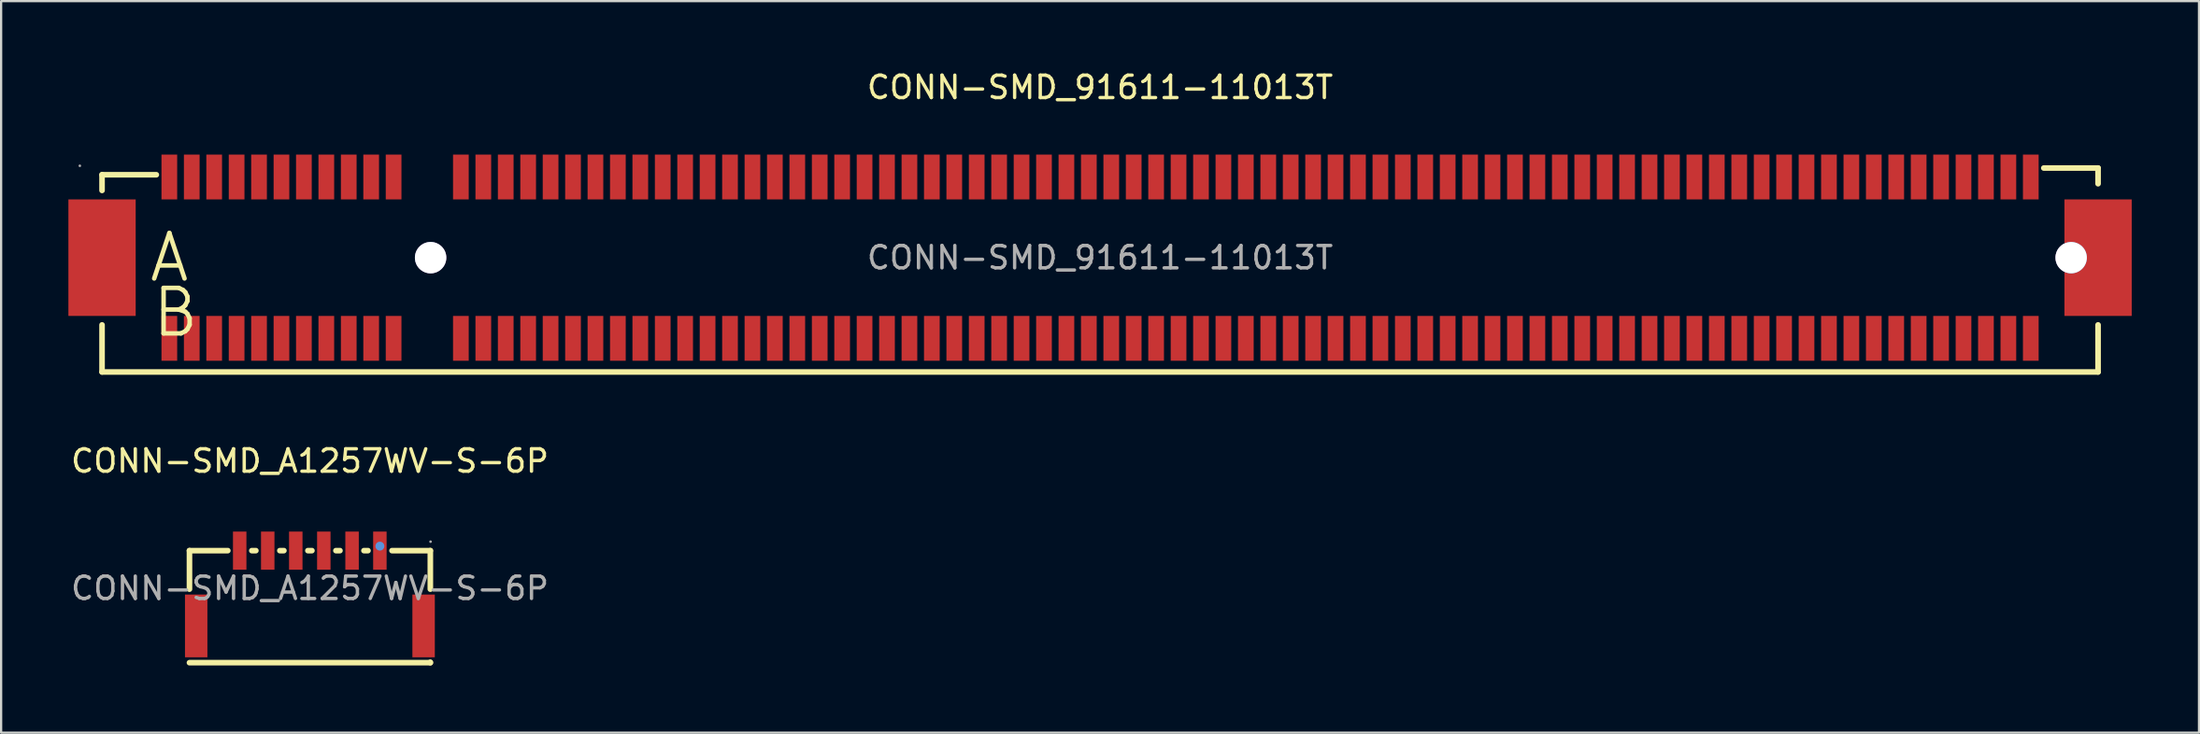
<source format=kicad_pcb>
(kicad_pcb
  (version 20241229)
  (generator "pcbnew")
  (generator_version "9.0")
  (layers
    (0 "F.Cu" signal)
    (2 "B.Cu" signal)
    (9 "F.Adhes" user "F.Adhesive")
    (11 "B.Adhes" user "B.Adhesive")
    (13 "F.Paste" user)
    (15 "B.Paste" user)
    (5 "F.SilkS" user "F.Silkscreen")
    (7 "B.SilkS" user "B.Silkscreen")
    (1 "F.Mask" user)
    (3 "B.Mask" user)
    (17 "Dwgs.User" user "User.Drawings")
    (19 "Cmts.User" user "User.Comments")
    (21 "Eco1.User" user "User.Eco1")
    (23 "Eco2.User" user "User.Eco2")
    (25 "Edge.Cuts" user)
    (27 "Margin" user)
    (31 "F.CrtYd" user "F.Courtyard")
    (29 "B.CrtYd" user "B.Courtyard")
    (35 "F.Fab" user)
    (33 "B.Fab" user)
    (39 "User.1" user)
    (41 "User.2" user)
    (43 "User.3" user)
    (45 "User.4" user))
  (footprint "CONN-SMD_91611-11013T"
    (layer "F.Cu")
    (at 46 8.448)
    (property "Reference" "CONN-SMD_91611-11013T" (at 0 -7.6 0) (layer "F.SilkS") (effects (font (size 1 1) (thickness 0.15))))
    (attr smd)
    (fp_line (start -44.5 -3.7) (end -44.5 -3) (stroke (width 0.25) (type solid)) (layer "F.SilkS"))
    (fp_line (start -44.5 -3.7) (end -42.08 -3.7) (stroke (width 0.25) (type solid)) (layer "F.SilkS"))
    (fp_line (start -44.5 5.1) (end -44.5 3) (stroke (width 0.25) (type solid)) (layer "F.SilkS"))
    (fp_line (start -44.5 5.1) (end 44.5 5.1) (stroke (width 0.25) (type solid)) (layer "F.SilkS"))
    (fp_line (start 42.08 -4) (end 44.5 -4) (stroke (width 0.25) (type solid)) (layer "F.SilkS"))
    (fp_line (start 44.5 -4) (end 44.5 -3.3) (stroke (width 0.25) (type solid)) (layer "F.SilkS"))
    (fp_line (start 44.5 5.1) (end 44.5 3) (stroke (width 0.25) (type solid)) (layer "F.SilkS"))
    (fp_circle (center -29.85 0) (end -29.58 0) (stroke (width 0.54) (type solid)) (fill no) (layer "Cmts.User"))
    (fp_circle (center 43.3 0) (end 43.55 0) (stroke (width 0.5) (type solid)) (fill no) (layer "Cmts.User"))
    (fp_circle (center -45.49 -4.1) (end -45.46 -4.1) (stroke (width 0.06) (type solid)) (fill no) (layer "F.Fab"))
    (fp_text user "A" (at -42.5 0 0) (layer "F.SilkS") (effects (font (size 2.03 2.03) (thickness 0.2)) (justify left)))
    (fp_text user "B" (at -42.37 2.45 0) (layer "F.SilkS") (effects (font (size 2.03 2.03) (thickness 0.2)) (justify left)))
    (fp_text user "${REFERENCE}" (at 0 0 0) (layer "F.Fab") (effects (font (size 1 1) (thickness 0.15))))
    (pad "" thru_hole circle (at -29.85 0) (size 1.4 1.4) (drill 1.4) (layers "*.Cu" "*.Mask"))
    (pad "" thru_hole circle (at 43.3 0) (size 1.4 1.4) (drill 1.4) (layers "*.Cu" "*.Mask"))
    (pad "1" smd rect (at -44.5 0) (size 3 5.2) (layers "F.Cu" "F.Mask" "F.Paste"))
    (pad "2" smd rect (at 44.5 0) (size 3 5.2) (layers "F.Cu" "F.Mask" "F.Paste"))
    (pad "A1" smd rect (at -41.5 -3.6) (size 0.7 2) (layers "F.Cu" "F.Mask" "F.Paste"))
    (pad "A2" smd rect (at -40.5 -3.6) (size 0.7 2) (layers "F.Cu" "F.Mask" "F.Paste"))
    (pad "A3" smd rect (at -39.5 -3.6) (size 0.7 2) (layers "F.Cu" "F.Mask" "F.Paste"))
    (pad "A4" smd rect (at -38.5 -3.6) (size 0.7 2) (layers "F.Cu" "F.Mask" "F.Paste"))
    (pad "A5" smd rect (at -37.5 -3.6) (size 0.7 2) (layers "F.Cu" "F.Mask" "F.Paste"))
    (pad "A6" smd rect (at -36.5 -3.6) (size 0.7 2) (layers "F.Cu" "F.Mask" "F.Paste"))
    (pad "A7" smd rect (at -35.5 -3.6) (size 0.7 2) (layers "F.Cu" "F.Mask" "F.Paste"))
    (pad "A8" smd rect (at -34.5 -3.6) (size 0.7 2) (layers "F.Cu" "F.Mask" "F.Paste"))
    (pad "A9" smd rect (at -33.5 -3.6) (size 0.7 2) (layers "F.Cu" "F.Mask" "F.Paste"))
    (pad "A10" smd rect (at -32.5 -3.6) (size 0.7 2) (layers "F.Cu" "F.Mask" "F.Paste"))
    (pad "A11" smd rect (at -31.5 -3.6) (size 0.7 2) (layers "F.Cu" "F.Mask" "F.Paste"))
    (pad "A12" smd rect (at -28.5 -3.6) (size 0.7 2) (layers "F.Cu" "F.Mask" "F.Paste"))
    (pad "A13" smd rect (at -27.5 -3.6) (size 0.7 2) (layers "F.Cu" "F.Mask" "F.Paste"))
    (pad "A14" smd rect (at -26.5 -3.6) (size 0.7 2) (layers "F.Cu" "F.Mask" "F.Paste"))
    (pad "A15" smd rect (at -25.5 -3.6) (size 0.7 2) (layers "F.Cu" "F.Mask" "F.Paste"))
    (pad "A16" smd rect (at -24.5 -3.6) (size 0.7 2) (layers "F.Cu" "F.Mask" "F.Paste"))
    (pad "A17" smd rect (at -23.5 -3.6) (size 0.7 2) (layers "F.Cu" "F.Mask" "F.Paste"))
    (pad "A18" smd rect (at -22.5 -3.6) (size 0.7 2) (layers "F.Cu" "F.Mask" "F.Paste"))
    (pad "A19" smd rect (at -21.5 -3.6) (size 0.7 2) (layers "F.Cu" "F.Mask" "F.Paste"))
    (pad "A20" smd rect (at -20.5 -3.6) (size 0.7 2) (layers "F.Cu" "F.Mask" "F.Paste"))
    (pad "A21" smd rect (at -19.5 -3.6) (size 0.7 2) (layers "F.Cu" "F.Mask" "F.Paste"))
    (pad "A22" smd rect (at -18.5 -3.6) (size 0.7 2) (layers "F.Cu" "F.Mask" "F.Paste"))
    (pad "A23" smd rect (at -17.5 -3.6) (size 0.7 2) (layers "F.Cu" "F.Mask" "F.Paste"))
    (pad "A24" smd rect (at -16.5 -3.6) (size 0.7 2) (layers "F.Cu" "F.Mask" "F.Paste"))
    (pad "A25" smd rect (at -15.5 -3.6) (size 0.7 2) (layers "F.Cu" "F.Mask" "F.Paste"))
    (pad "A26" smd rect (at -14.5 -3.6) (size 0.7 2) (layers "F.Cu" "F.Mask" "F.Paste"))
    (pad "A27" smd rect (at -13.5 -3.6) (size 0.7 2) (layers "F.Cu" "F.Mask" "F.Paste"))
    (pad "A28" smd rect (at -12.5 -3.6) (size 0.7 2) (layers "F.Cu" "F.Mask" "F.Paste"))
    (pad "A29" smd rect (at -11.5 -3.6) (size 0.7 2) (layers "F.Cu" "F.Mask" "F.Paste"))
    (pad "A30" smd rect (at -10.5 -3.6) (size 0.7 2) (layers "F.Cu" "F.Mask" "F.Paste"))
    (pad "A31" smd rect (at -9.5 -3.6) (size 0.7 2) (layers "F.Cu" "F.Mask" "F.Paste"))
    (pad "A32" smd rect (at -8.5 -3.6) (size 0.7 2) (layers "F.Cu" "F.Mask" "F.Paste"))
    (pad "A33" smd rect (at -7.5 -3.6) (size 0.7 2) (layers "F.Cu" "F.Mask" "F.Paste"))
    (pad "A34" smd rect (at -6.5 -3.6) (size 0.7 2) (layers "F.Cu" "F.Mask" "F.Paste"))
    (pad "A35" smd rect (at -5.5 -3.6) (size 0.7 2) (layers "F.Cu" "F.Mask" "F.Paste"))
    (pad "A36" smd rect (at -4.5 -3.6) (size 0.7 2) (layers "F.Cu" "F.Mask" "F.Paste"))
    (pad "A37" smd rect (at -3.5 -3.6) (size 0.7 2) (layers "F.Cu" "F.Mask" "F.Paste"))
    (pad "A38" smd rect (at -2.5 -3.6) (size 0.7 2) (layers "F.Cu" "F.Mask" "F.Paste"))
    (pad "A39" smd rect (at -1.5 -3.6) (size 0.7 2) (layers "F.Cu" "F.Mask" "F.Paste"))
    (pad "A40" smd rect (at -0.5 -3.6) (size 0.7 2) (layers "F.Cu" "F.Mask" "F.Paste"))
    (pad "A41" smd rect (at 0.5 -3.6) (size 0.7 2) (layers "F.Cu" "F.Mask" "F.Paste"))
    (pad "A42" smd rect (at 1.5 -3.6) (size 0.7 2) (layers "F.Cu" "F.Mask" "F.Paste"))
    (pad "A43" smd rect (at 2.5 -3.6) (size 0.7 2) (layers "F.Cu" "F.Mask" "F.Paste"))
    (pad "A44" smd rect (at 3.5 -3.6) (size 0.7 2) (layers "F.Cu" "F.Mask" "F.Paste"))
    (pad "A45" smd rect (at 4.5 -3.6) (size 0.7 2) (layers "F.Cu" "F.Mask" "F.Paste"))
    (pad "A46" smd rect (at 5.5 -3.6) (size 0.7 2) (layers "F.Cu" "F.Mask" "F.Paste"))
    (pad "A47" smd rect (at 6.5 -3.6) (size 0.7 2) (layers "F.Cu" "F.Mask" "F.Paste"))
    (pad "A48" smd rect (at 7.5 -3.6) (size 0.7 2) (layers "F.Cu" "F.Mask" "F.Paste"))
    (pad "A49" smd rect (at 8.5 -3.6) (size 0.7 2) (layers "F.Cu" "F.Mask" "F.Paste"))
    (pad "A50" smd rect (at 9.5 -3.6) (size 0.7 2) (layers "F.Cu" "F.Mask" "F.Paste"))
    (pad "A51" smd rect (at 10.5 -3.6) (size 0.7 2) (layers "F.Cu" "F.Mask" "F.Paste"))
    (pad "A52" smd rect (at 11.5 -3.6) (size 0.7 2) (layers "F.Cu" "F.Mask" "F.Paste"))
    (pad "A53" smd rect (at 12.5 -3.6) (size 0.7 2) (layers "F.Cu" "F.Mask" "F.Paste"))
    (pad "A54" smd rect (at 13.5 -3.6) (size 0.7 2) (layers "F.Cu" "F.Mask" "F.Paste"))
    (pad "A55" smd rect (at 14.5 -3.6) (size 0.7 2) (layers "F.Cu" "F.Mask" "F.Paste"))
    (pad "A56" smd rect (at 15.5 -3.6) (size 0.7 2) (layers "F.Cu" "F.Mask" "F.Paste"))
    (pad "A57" smd rect (at 16.5 -3.6) (size 0.7 2) (layers "F.Cu" "F.Mask" "F.Paste"))
    (pad "A58" smd rect (at 17.5 -3.6) (size 0.7 2) (layers "F.Cu" "F.Mask" "F.Paste"))
    (pad "A59" smd rect (at 18.5 -3.6) (size 0.7 2) (layers "F.Cu" "F.Mask" "F.Paste"))
    (pad "A60" smd rect (at 19.5 -3.6) (size 0.7 2) (layers "F.Cu" "F.Mask" "F.Paste"))
    (pad "A61" smd rect (at 20.5 -3.6) (size 0.7 2) (layers "F.Cu" "F.Mask" "F.Paste"))
    (pad "A62" smd rect (at 21.5 -3.6) (size 0.7 2) (layers "F.Cu" "F.Mask" "F.Paste"))
    (pad "A63" smd rect (at 22.5 -3.6) (size 0.7 2) (layers "F.Cu" "F.Mask" "F.Paste"))
    (pad "A64" smd rect (at 23.5 -3.6) (size 0.7 2) (layers "F.Cu" "F.Mask" "F.Paste"))
    (pad "A65" smd rect (at 24.5 -3.6) (size 0.7 2) (layers "F.Cu" "F.Mask" "F.Paste"))
    (pad "A66" smd rect (at 25.5 -3.6) (size 0.7 2) (layers "F.Cu" "F.Mask" "F.Paste"))
    (pad "A67" smd rect (at 26.5 -3.6) (size 0.7 2) (layers "F.Cu" "F.Mask" "F.Paste"))
    (pad "A68" smd rect (at 27.5 -3.6) (size 0.7 2) (layers "F.Cu" "F.Mask" "F.Paste"))
    (pad "A69" smd rect (at 28.5 -3.6) (size 0.7 2) (layers "F.Cu" "F.Mask" "F.Paste"))
    (pad "A70" smd rect (at 29.5 -3.6) (size 0.7 2) (layers "F.Cu" "F.Mask" "F.Paste"))
    (pad "A71" smd rect (at 30.5 -3.6) (size 0.7 2) (layers "F.Cu" "F.Mask" "F.Paste"))
    (pad "A72" smd rect (at 31.5 -3.6) (size 0.7 2) (layers "F.Cu" "F.Mask" "F.Paste"))
    (pad "A73" smd rect (at 32.5 -3.6) (size 0.7 2) (layers "F.Cu" "F.Mask" "F.Paste"))
    (pad "A74" smd rect (at 33.5 -3.6) (size 0.7 2) (layers "F.Cu" "F.Mask" "F.Paste"))
    (pad "A75" smd rect (at 34.5 -3.6) (size 0.7 2) (layers "F.Cu" "F.Mask" "F.Paste"))
    (pad "A76" smd rect (at 35.5 -3.6) (size 0.7 2) (layers "F.Cu" "F.Mask" "F.Paste"))
    (pad "A77" smd rect (at 36.5 -3.6) (size 0.7 2) (layers "F.Cu" "F.Mask" "F.Paste"))
    (pad "A78" smd rect (at 37.5 -3.6) (size 0.7 2) (layers "F.Cu" "F.Mask" "F.Paste"))
    (pad "A79" smd rect (at 38.5 -3.6) (size 0.7 2) (layers "F.Cu" "F.Mask" "F.Paste"))
    (pad "A80" smd rect (at 39.5 -3.6) (size 0.7 2) (layers "F.Cu" "F.Mask" "F.Paste"))
    (pad "A81" smd rect (at 40.5 -3.6) (size 0.7 2) (layers "F.Cu" "F.Mask" "F.Paste"))
    (pad "A82" smd rect (at 41.5 -3.6) (size 0.7 2) (layers "F.Cu" "F.Mask" "F.Paste"))
    (pad "B1" smd rect (at -41.5 3.6) (size 0.7 2) (layers "F.Cu" "F.Mask" "F.Paste"))
    (pad "B2" smd rect (at -40.5 3.6) (size 0.7 2) (layers "F.Cu" "F.Mask" "F.Paste"))
    (pad "B3" smd rect (at -39.5 3.6) (size 0.7 2) (layers "F.Cu" "F.Mask" "F.Paste"))
    (pad "B4" smd rect (at -38.5 3.6) (size 0.7 2) (layers "F.Cu" "F.Mask" "F.Paste"))
    (pad "B5" smd rect (at -37.5 3.6) (size 0.7 2) (layers "F.Cu" "F.Mask" "F.Paste"))
    (pad "B6" smd rect (at -36.5 3.6) (size 0.7 2) (layers "F.Cu" "F.Mask" "F.Paste"))
    (pad "B7" smd rect (at -35.5 3.6) (size 0.7 2) (layers "F.Cu" "F.Mask" "F.Paste"))
    (pad "B8" smd rect (at -34.5 3.6) (size 0.7 2) (layers "F.Cu" "F.Mask" "F.Paste"))
    (pad "B9" smd rect (at -33.5 3.6) (size 0.7 2) (layers "F.Cu" "F.Mask" "F.Paste"))
    (pad "B10" smd rect (at -32.5 3.6) (size 0.7 2) (layers "F.Cu" "F.Mask" "F.Paste"))
    (pad "B11" smd rect (at -31.5 3.6) (size 0.7 2) (layers "F.Cu" "F.Mask" "F.Paste"))
    (pad "B12" smd rect (at -28.5 3.6) (size 0.7 2) (layers "F.Cu" "F.Mask" "F.Paste"))
    (pad "B13" smd rect (at -27.5 3.6) (size 0.7 2) (layers "F.Cu" "F.Mask" "F.Paste"))
    (pad "B14" smd rect (at -26.5 3.6) (size 0.7 2) (layers "F.Cu" "F.Mask" "F.Paste"))
    (pad "B15" smd rect (at -25.5 3.6) (size 0.7 2) (layers "F.Cu" "F.Mask" "F.Paste"))
    (pad "B16" smd rect (at -24.5 3.6) (size 0.7 2) (layers "F.Cu" "F.Mask" "F.Paste"))
    (pad "B17" smd rect (at -23.5 3.6) (size 0.7 2) (layers "F.Cu" "F.Mask" "F.Paste"))
    (pad "B18" smd rect (at -22.5 3.6) (size 0.7 2) (layers "F.Cu" "F.Mask" "F.Paste"))
    (pad "B19" smd rect (at -21.5 3.6) (size 0.7 2) (layers "F.Cu" "F.Mask" "F.Paste"))
    (pad "B20" smd rect (at -20.5 3.6) (size 0.7 2) (layers "F.Cu" "F.Mask" "F.Paste"))
    (pad "B21" smd rect (at -19.5 3.6) (size 0.7 2) (layers "F.Cu" "F.Mask" "F.Paste"))
    (pad "B22" smd rect (at -18.5 3.6) (size 0.7 2) (layers "F.Cu" "F.Mask" "F.Paste"))
    (pad "B23" smd rect (at -17.5 3.6) (size 0.7 2) (layers "F.Cu" "F.Mask" "F.Paste"))
    (pad "B24" smd rect (at -16.5 3.6) (size 0.7 2) (layers "F.Cu" "F.Mask" "F.Paste"))
    (pad "B25" smd rect (at -15.5 3.6) (size 0.7 2) (layers "F.Cu" "F.Mask" "F.Paste"))
    (pad "B26" smd rect (at -14.5 3.6) (size 0.7 2) (layers "F.Cu" "F.Mask" "F.Paste"))
    (pad "B27" smd rect (at -13.5 3.6) (size 0.7 2) (layers "F.Cu" "F.Mask" "F.Paste"))
    (pad "B28" smd rect (at -12.5 3.6) (size 0.7 2) (layers "F.Cu" "F.Mask" "F.Paste"))
    (pad "B29" smd rect (at -11.5 3.6) (size 0.7 2) (layers "F.Cu" "F.Mask" "F.Paste"))
    (pad "B30" smd rect (at -10.5 3.6) (size 0.7 2) (layers "F.Cu" "F.Mask" "F.Paste"))
    (pad "B31" smd rect (at -9.5 3.6) (size 0.7 2) (layers "F.Cu" "F.Mask" "F.Paste"))
    (pad "B32" smd rect (at -8.5 3.6) (size 0.7 2) (layers "F.Cu" "F.Mask" "F.Paste"))
    (pad "B33" smd rect (at -7.5 3.6) (size 0.7 2) (layers "F.Cu" "F.Mask" "F.Paste"))
    (pad "B34" smd rect (at -6.5 3.6) (size 0.7 2) (layers "F.Cu" "F.Mask" "F.Paste"))
    (pad "B35" smd rect (at -5.5 3.6) (size 0.7 2) (layers "F.Cu" "F.Mask" "F.Paste"))
    (pad "B36" smd rect (at -4.5 3.6) (size 0.7 2) (layers "F.Cu" "F.Mask" "F.Paste"))
    (pad "B37" smd rect (at -3.5 3.6) (size 0.7 2) (layers "F.Cu" "F.Mask" "F.Paste"))
    (pad "B38" smd rect (at -2.5 3.6) (size 0.7 2) (layers "F.Cu" "F.Mask" "F.Paste"))
    (pad "B39" smd rect (at -1.5 3.6) (size 0.7 2) (layers "F.Cu" "F.Mask" "F.Paste"))
    (pad "B40" smd rect (at -0.5 3.6) (size 0.7 2) (layers "F.Cu" "F.Mask" "F.Paste"))
    (pad "B41" smd rect (at 0.5 3.6) (size 0.7 2) (layers "F.Cu" "F.Mask" "F.Paste"))
    (pad "B42" smd rect (at 1.5 3.6) (size 0.7 2) (layers "F.Cu" "F.Mask" "F.Paste"))
    (pad "B43" smd rect (at 2.5 3.6) (size 0.7 2) (layers "F.Cu" "F.Mask" "F.Paste"))
    (pad "B44" smd rect (at 3.5 3.6) (size 0.7 2) (layers "F.Cu" "F.Mask" "F.Paste"))
    (pad "B45" smd rect (at 4.5 3.6) (size 0.7 2) (layers "F.Cu" "F.Mask" "F.Paste"))
    (pad "B46" smd rect (at 5.5 3.6) (size 0.7 2) (layers "F.Cu" "F.Mask" "F.Paste"))
    (pad "B47" smd rect (at 6.5 3.6) (size 0.7 2) (layers "F.Cu" "F.Mask" "F.Paste"))
    (pad "B48" smd rect (at 7.5 3.6) (size 0.7 2) (layers "F.Cu" "F.Mask" "F.Paste"))
    (pad "B49" smd rect (at 8.5 3.6) (size 0.7 2) (layers "F.Cu" "F.Mask" "F.Paste"))
    (pad "B50" smd rect (at 9.5 3.6) (size 0.7 2) (layers "F.Cu" "F.Mask" "F.Paste"))
    (pad "B51" smd rect (at 10.5 3.6) (size 0.7 2) (layers "F.Cu" "F.Mask" "F.Paste"))
    (pad "B52" smd rect (at 11.5 3.6) (size 0.7 2) (layers "F.Cu" "F.Mask" "F.Paste"))
    (pad "B53" smd rect (at 12.5 3.6) (size 0.7 2) (layers "F.Cu" "F.Mask" "F.Paste"))
    (pad "B54" smd rect (at 13.5 3.6) (size 0.7 2) (layers "F.Cu" "F.Mask" "F.Paste"))
    (pad "B55" smd rect (at 14.5 3.6) (size 0.7 2) (layers "F.Cu" "F.Mask" "F.Paste"))
    (pad "B56" smd rect (at 15.5 3.6) (size 0.7 2) (layers "F.Cu" "F.Mask" "F.Paste"))
    (pad "B57" smd rect (at 16.5 3.6) (size 0.7 2) (layers "F.Cu" "F.Mask" "F.Paste"))
    (pad "B58" smd rect (at 17.5 3.6) (size 0.7 2) (layers "F.Cu" "F.Mask" "F.Paste"))
    (pad "B59" smd rect (at 18.5 3.6) (size 0.7 2) (layers "F.Cu" "F.Mask" "F.Paste"))
    (pad "B60" smd rect (at 19.5 3.6) (size 0.7 2) (layers "F.Cu" "F.Mask" "F.Paste"))
    (pad "B61" smd rect (at 20.5 3.6) (size 0.7 2) (layers "F.Cu" "F.Mask" "F.Paste"))
    (pad "B62" smd rect (at 21.5 3.6) (size 0.7 2) (layers "F.Cu" "F.Mask" "F.Paste"))
    (pad "B63" smd rect (at 22.5 3.6) (size 0.7 2) (layers "F.Cu" "F.Mask" "F.Paste"))
    (pad "B64" smd rect (at 23.5 3.6) (size 0.7 2) (layers "F.Cu" "F.Mask" "F.Paste"))
    (pad "B65" smd rect (at 24.5 3.6) (size 0.7 2) (layers "F.Cu" "F.Mask" "F.Paste"))
    (pad "B66" smd rect (at 25.5 3.6) (size 0.7 2) (layers "F.Cu" "F.Mask" "F.Paste"))
    (pad "B67" smd rect (at 26.5 3.6) (size 0.7 2) (layers "F.Cu" "F.Mask" "F.Paste"))
    (pad "B68" smd rect (at 27.5 3.6) (size 0.7 2) (layers "F.Cu" "F.Mask" "F.Paste"))
    (pad "B69" smd rect (at 28.5 3.6) (size 0.7 2) (layers "F.Cu" "F.Mask" "F.Paste"))
    (pad "B70" smd rect (at 29.5 3.6) (size 0.7 2) (layers "F.Cu" "F.Mask" "F.Paste"))
    (pad "B71" smd rect (at 30.5 3.6) (size 0.7 2) (layers "F.Cu" "F.Mask" "F.Paste"))
    (pad "B72" smd rect (at 31.5 3.6) (size 0.7 2) (layers "F.Cu" "F.Mask" "F.Paste"))
    (pad "B73" smd rect (at 32.5 3.6) (size 0.7 2) (layers "F.Cu" "F.Mask" "F.Paste"))
    (pad "B74" smd rect (at 33.5 3.6) (size 0.7 2) (layers "F.Cu" "F.Mask" "F.Paste"))
    (pad "B75" smd rect (at 34.5 3.6) (size 0.7 2) (layers "F.Cu" "F.Mask" "F.Paste"))
    (pad "B76" smd rect (at 35.5 3.6) (size 0.7 2) (layers "F.Cu" "F.Mask" "F.Paste"))
    (pad "B77" smd rect (at 36.5 3.6) (size 0.7 2) (layers "F.Cu" "F.Mask" "F.Paste"))
    (pad "B78" smd rect (at 37.5 3.6) (size 0.7 2) (layers "F.Cu" "F.Mask" "F.Paste"))
    (pad "B79" smd rect (at 38.5 3.6) (size 0.7 2) (layers "F.Cu" "F.Mask" "F.Paste"))
    (pad "B80" smd rect (at 39.5 3.6) (size 0.7 2) (layers "F.Cu" "F.Mask" "F.Paste"))
    (pad "B81" smd rect (at 40.5 3.6) (size 0.7 2) (layers "F.Cu" "F.Mask" "F.Paste"))
    (pad "B82" smd rect (at 41.5 3.6) (size 0.7 2) (layers "F.Cu" "F.Mask" "F.Paste")))
  (footprint "CONN-SMD_A1257WV-S-6P"
    (layer "F.Cu")
    (at 10.768 23.201)
    (property "Reference" "CONN-SMD_A1257WV-S-6P" (at 0 -5.68 0) (layer "F.SilkS") (effects (font (size 1 1) (thickness 0.15))))
    (attr smd)
    (fp_line (start -5.37 -1.68) (end -5.37 0.04) (stroke (width 0.25) (type solid)) (layer "F.SilkS"))
    (fp_line (start -5.37 -1.68) (end -3.66 -1.68) (stroke (width 0.25) (type solid)) (layer "F.SilkS"))
    (fp_line (start -2.59 -1.68) (end -2.41 -1.68) (stroke (width 0.25) (type solid)) (layer "F.SilkS"))
    (fp_line (start -1.34 -1.68) (end -1.16 -1.68) (stroke (width 0.25) (type solid)) (layer "F.SilkS"))
    (fp_line (start -0.09 -1.68) (end 0.09 -1.68) (stroke (width 0.25) (type solid)) (layer "F.SilkS"))
    (fp_line (start 1.16 -1.68) (end 1.34 -1.68) (stroke (width 0.25) (type solid)) (layer "F.SilkS"))
    (fp_line (start 2.41 -1.68) (end 2.59 -1.68) (stroke (width 0.25) (type solid)) (layer "F.SilkS"))
    (fp_line (start 3.66 -1.68) (end 5.37 -1.68) (stroke (width 0.25) (type solid)) (layer "F.SilkS"))
    (fp_line (start 5.37 -1.68) (end 5.37 0.04) (stroke (width 0.25) (type solid)) (layer "F.SilkS"))
    (fp_line (start 5.37 3.3) (end 5.37 3.32) (stroke (width 0.25) (type solid)) (layer "F.SilkS"))
    (fp_line (start 5.37 3.32) (end -5.37 3.32) (stroke (width 0.25) (type solid)) (layer "F.SilkS"))
    (fp_circle (center 3.12 -1.88) (end 3.22 -1.88) (stroke (width 0.2) (type solid)) (fill no) (layer "Cmts.User"))
    (fp_circle (center 5.38 -2.08) (end 5.41 -2.08) (stroke (width 0.06) (type solid)) (fill no) (layer "F.Fab"))
    (fp_text user "${REFERENCE}" (at 0 0 0) (layer "F.Fab") (effects (font (size 1 1) (thickness 0.15))))
    (pad "1" smd rect (at 3.12 -1.68) (size 0.6 1.7) (layers "F.Cu" "F.Mask" "F.Paste"))
    (pad "2" smd rect (at 1.88 -1.68) (size 0.6 1.7) (layers "F.Cu" "F.Mask" "F.Paste"))
    (pad "3" smd rect (at 0.62 -1.68) (size 0.6 1.7) (layers "F.Cu" "F.Mask" "F.Paste"))
    (pad "4" smd rect (at -0.63 -1.68) (size 0.6 1.7) (layers "F.Cu" "F.Mask" "F.Paste"))
    (pad "5" smd rect (at -1.88 -1.68) (size 0.6 1.7) (layers "F.Cu" "F.Mask" "F.Paste"))
    (pad "6" smd rect (at -3.13 -1.68) (size 0.6 1.7) (layers "F.Cu" "F.Mask" "F.Paste"))
    (pad "7" smd rect (at 5.07 1.68) (size 1 2.8) (layers "F.Cu" "F.Mask" "F.Paste"))
    (pad "8" smd rect (at -5.07 1.68) (size 1 2.8) (layers "F.Cu" "F.Mask" "F.Paste")))
  (gr_rect
    (start -3 -3)
    (end 95 29.646)
    (stroke (width 0.1) (type default))
    (fill no)
    (layer "Edge.Cuts")))
</source>
